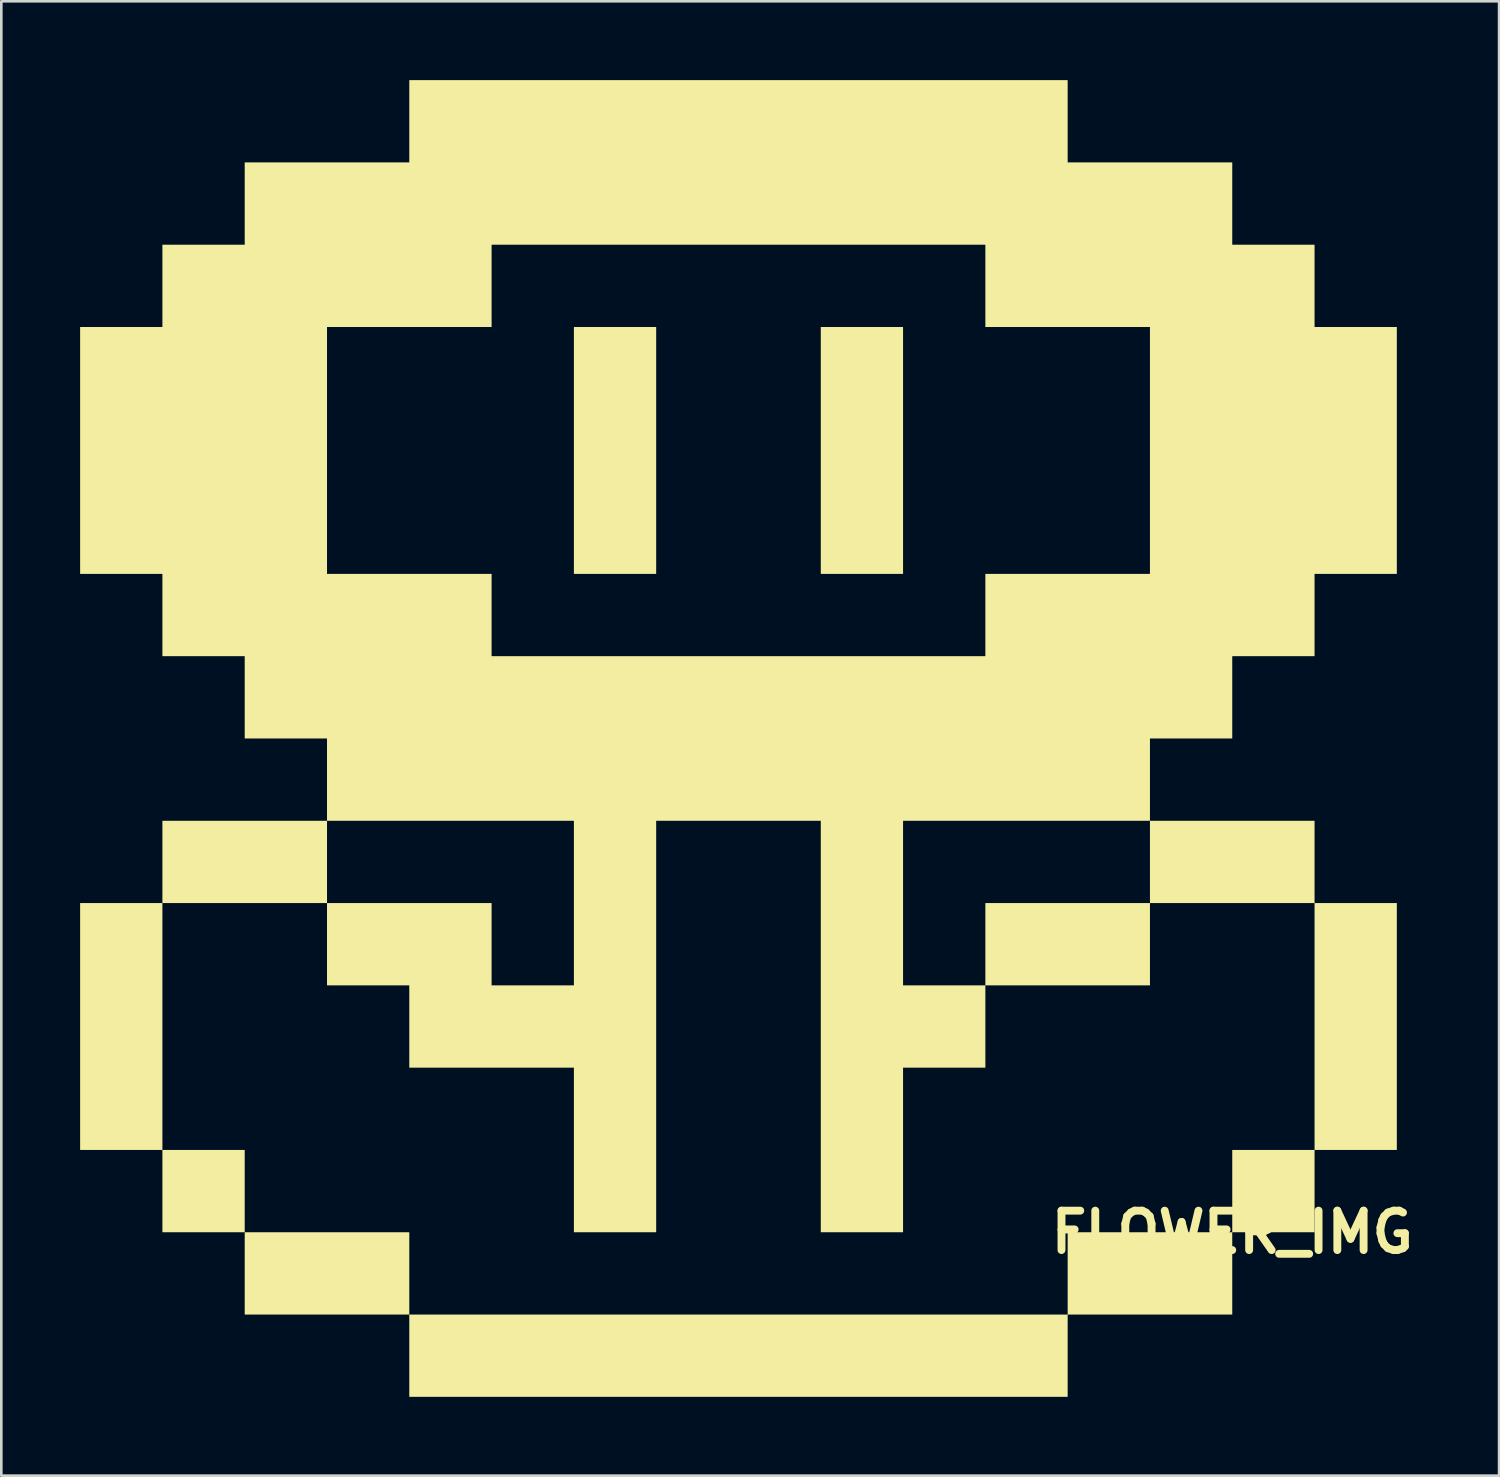
<source format=kicad_pcb>
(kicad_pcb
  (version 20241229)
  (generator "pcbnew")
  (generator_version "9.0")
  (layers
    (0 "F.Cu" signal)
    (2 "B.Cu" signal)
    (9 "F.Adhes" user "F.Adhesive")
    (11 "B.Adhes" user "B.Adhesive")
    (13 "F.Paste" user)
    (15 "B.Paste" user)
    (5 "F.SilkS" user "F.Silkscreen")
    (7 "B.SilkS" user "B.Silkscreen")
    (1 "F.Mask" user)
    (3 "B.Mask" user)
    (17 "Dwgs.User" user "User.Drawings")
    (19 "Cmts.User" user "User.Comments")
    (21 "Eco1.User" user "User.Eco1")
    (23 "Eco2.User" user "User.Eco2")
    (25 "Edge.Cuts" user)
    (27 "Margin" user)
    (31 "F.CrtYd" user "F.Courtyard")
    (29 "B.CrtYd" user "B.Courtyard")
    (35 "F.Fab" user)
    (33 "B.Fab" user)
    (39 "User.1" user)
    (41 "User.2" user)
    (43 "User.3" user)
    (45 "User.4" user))
  (footprint "FLOWER_IMG"
    (layer "F.Cu")
    (at 43.857 43.857)
    (property "Reference" "FLOWER_IMG" (at 0 0 0) (layer "F.SilkS") (effects (font (size 1.5 1.5) (thickness 0.3))))
    (attr board_only exclude_from_pos_files exclude_from_bom)
    (fp_poly (pts (xy -37.592 -1.566) (xy -37.592 -0.000001) (xy -39.158 -0.000001) (xy -40.725 -0.000001) (xy -40.725 -1.566) (xy -40.725 -3.133) (xy -39.158 -3.133) (xy -37.592 -3.133)) (stroke (width 0) (type solid)) (fill yes) (layer "F.SilkS"))
    (fp_poly (pts (xy -21.929 -29.76) (xy -21.929 -25.061) (xy -23.495 -25.061) (xy -25.061 -25.061) (xy -25.061 -29.76) (xy -25.061 -34.459) (xy -23.495 -34.459) (xy -21.929 -34.459)) (stroke (width 0) (type solid)) (fill yes) (layer "F.SilkS"))
    (fp_poly (pts (xy -12.531 -29.76) (xy -12.531 -25.061) (xy -14.097 -25.061) (xy -15.663 -25.061) (xy -15.663 -29.76) (xy -15.663 -34.459) (xy -14.097 -34.459) (xy -12.531 -34.459)) (stroke (width 0) (type solid)) (fill yes) (layer "F.SilkS"))
    (fp_poly (pts (xy -3.133 -10.964) (xy -3.133 -9.398) (xy -6.265 -9.398) (xy -9.398 -9.398) (xy -9.398 -10.964) (xy -9.398 -12.531) (xy -6.265 -12.531) (xy -3.133 -12.531)) (stroke (width 0) (type solid)) (fill yes) (layer "F.SilkS"))
    (fp_poly (pts (xy 3.133 -14.097) (xy 3.133 -12.531) (xy -0.000001 -12.531) (xy -3.133 -12.531) (xy -3.133 -14.097) (xy -3.133 -15.663) (xy -0.000001 -15.663) (xy 3.133 -15.663)) (stroke (width 0) (type solid)) (fill yes) (layer "F.SilkS"))
    (fp_poly (pts (xy 6.265 -7.832) (xy 6.265 -3.133) (xy 4.699 -3.133) (xy 3.133 -3.133) (xy 3.133 -1.566) (xy 3.133 -0.000001) (xy 1.566 -0.000001) (xy -0.000001 -0.000001) (xy -0.000001 1.566) (xy -0.000001 3.133) (xy -3.133 3.133) (xy -6.265 3.133) (xy -6.265 4.699) (xy -6.265 6.265) (xy -18.796 6.265) (xy -31.327 6.265) (xy -31.327 4.699) (xy -31.327 3.133) (xy -34.459 3.133) (xy -37.592 3.133) (xy -37.592 1.566) (xy -37.592 -0.000001) (xy -34.459 -0.000001) (xy -31.327 -0.000001) (xy -31.327 1.566) (xy -31.327 3.133) (xy -18.796 3.133) (xy -6.265 3.133) (xy -6.265 1.566) (xy -6.265 -0.000001) (xy -3.133 -0.000001) (xy -0.000001 -0.000001) (xy -0.000001 -1.566) (xy -0.000001 -3.133) (xy 1.566 -3.133) (xy 3.133 -3.133) (xy 3.133 -7.832) (xy 3.133 -12.531) (xy 4.699 -12.531) (xy 6.265 -12.531)) (stroke (width 0) (type solid)) (fill yes) (layer "F.SilkS"))
    (fp_poly (pts (xy -6.265 -42.291) (xy -6.265 -40.725) (xy -3.133 -40.725) (xy -0.000001 -40.725) (xy -0.000001 -39.158) (xy -0.000001 -37.592) (xy 1.566 -37.592) (xy 3.133 -37.592) (xy 3.133 -36.026) (xy 3.133 -34.459) (xy 4.699 -34.459) (xy 6.265 -34.459) (xy 6.265 -29.76) (xy 6.265 -25.061) (xy 4.699 -25.061) (xy 3.133 -25.061) (xy 3.133 -23.495) (xy 3.133 -21.929) (xy 1.566 -21.929) (xy -0.000001 -21.929) (xy -0.000001 -20.362) (xy -0.000001 -18.796) (xy -1.566 -18.796) (xy -3.133 -18.796) (xy -3.133 -17.23) (xy -3.133 -15.663) (xy -7.832 -15.663) (xy -12.531 -15.663) (xy -12.531 -12.531) (xy -12.531 -9.398) (xy -10.964 -9.398) (xy -9.398 -9.398) (xy -9.398 -7.832) (xy -9.398 -6.265) (xy -10.964 -6.265) (xy -12.531 -6.265) (xy -12.531 -3.133) (xy -12.531 -0.000001) (xy -14.097 -0.000001) (xy -15.663 -0.000001) (xy -15.663 -7.832) (xy -15.663 -15.663) (xy -18.796 -15.663) (xy -21.929 -15.663) (xy -21.929 -7.832) (xy -21.929 -0.000001) (xy -23.495 -0.000001) (xy -25.061 -0.000001) (xy -25.061 -3.133) (xy -25.061 -6.265) (xy -28.194 -6.265) (xy -31.327 -6.265) (xy -31.327 -7.832) (xy -31.327 -9.398) (xy -32.893 -9.398) (xy -34.459 -9.398) (xy -34.459 -10.964) (xy -34.459 -12.531) (xy -31.327 -12.531) (xy -28.194 -12.531) (xy -28.194 -10.964) (xy -28.194 -9.398) (xy -26.628 -9.398) (xy -25.061 -9.398) (xy -25.061 -12.531) (xy -25.061 -15.663) (xy -29.76 -15.663) (xy -34.459 -15.663) (xy -34.459 -14.097) (xy -34.459 -12.531) (xy -37.592 -12.531) (xy -40.725 -12.531) (xy -40.725 -7.832) (xy -40.725 -3.133) (xy -42.291 -3.133) (xy -43.857 -3.133) (xy -43.857 -7.832) (xy -43.857 -12.531) (xy -42.291 -12.531) (xy -40.725 -12.531) (xy -40.725 -14.097) (xy -40.725 -15.663) (xy -37.592 -15.663) (xy -34.459 -15.663) (xy -34.459 -17.23) (xy -34.459 -18.796) (xy -36.026 -18.796) (xy -37.592 -18.796) (xy -37.592 -20.362) (xy -37.592 -21.929) (xy -39.158 -21.929) (xy -40.725 -21.929) (xy -40.725 -23.495) (xy -40.725 -25.061) (xy -42.291 -25.061) (xy -43.857 -25.061) (xy -43.857 -29.76) (xy -43.857 -34.459) (xy -42.291 -34.459) (xy -40.725 -34.459) (xy -34.459 -34.459) (xy -34.459 -29.76) (xy -34.459 -25.061) (xy -31.327 -25.061) (xy -28.194 -25.061) (xy -28.194 -23.495) (xy -28.194 -21.929) (xy -18.796 -21.929) (xy -9.398 -21.929) (xy -9.398 -23.495) (xy -9.398 -25.061) (xy -6.265 -25.061) (xy -3.133 -25.061) (xy -3.133 -29.76) (xy -3.133 -34.459) (xy -6.265 -34.459) (xy -9.398 -34.459) (xy -9.398 -36.026) (xy -9.398 -37.592) (xy -18.796 -37.592) (xy -28.194 -37.592) (xy -28.194 -36.026) (xy -28.194 -34.459) (xy -31.327 -34.459) (xy -34.459 -34.459) (xy -40.725 -34.459) (xy -40.725 -36.026) (xy -40.725 -37.592) (xy -39.158 -37.592) (xy -37.592 -37.592) (xy -37.592 -39.158) (xy -37.592 -40.725) (xy -34.459 -40.725) (xy -31.327 -40.725) (xy -31.327 -42.291) (xy -31.327 -43.857) (xy -18.796 -43.857) (xy -6.265 -43.857)) (stroke (width 0) (type solid)) (fill yes) (layer "F.SilkS")))
  (gr_rect
    (start -3 -3)
    (end 54.014 53.123)
    (stroke (width 0.1) (type default))
    (fill no)
    (layer "Edge.Cuts")))
</source>
